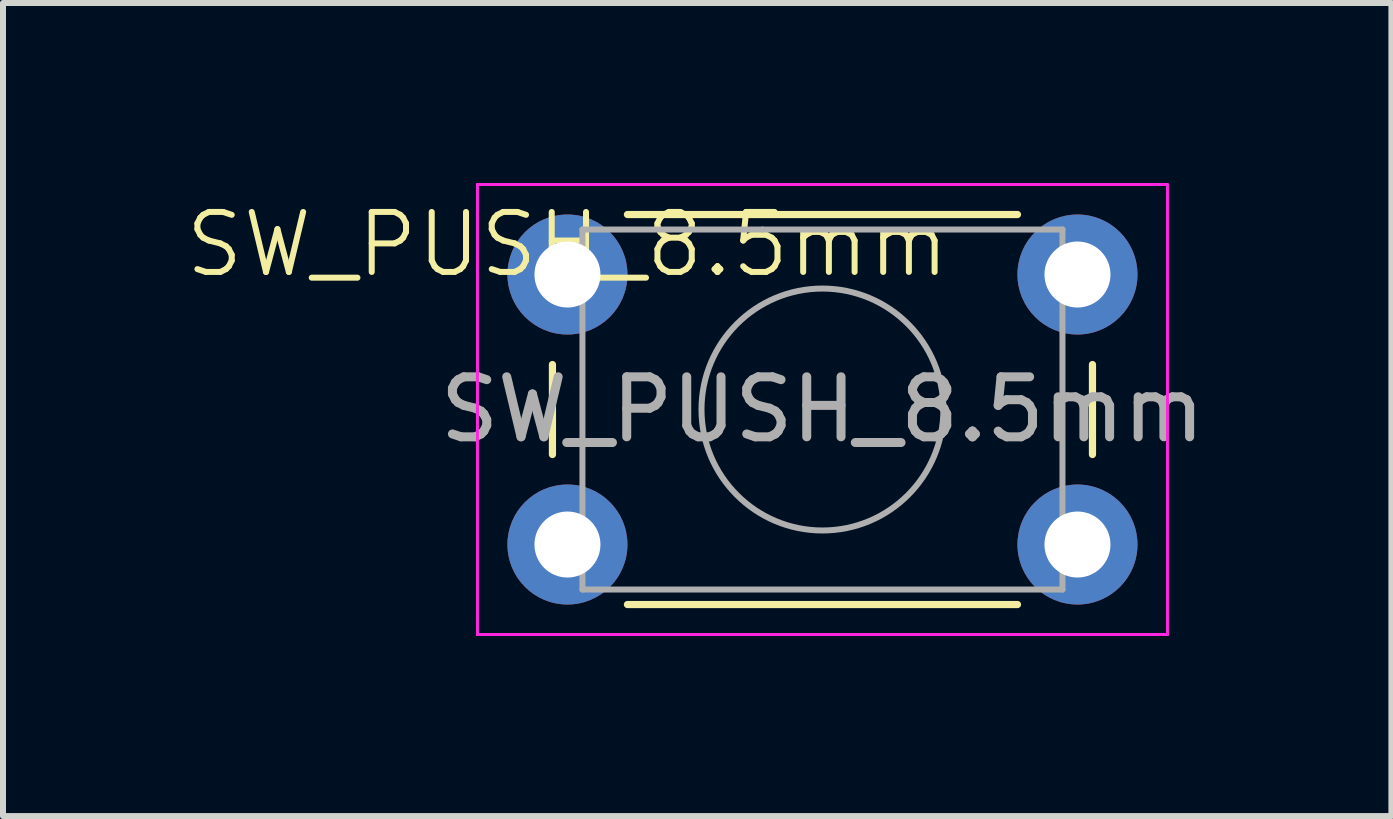
<source format=kicad_pcb>
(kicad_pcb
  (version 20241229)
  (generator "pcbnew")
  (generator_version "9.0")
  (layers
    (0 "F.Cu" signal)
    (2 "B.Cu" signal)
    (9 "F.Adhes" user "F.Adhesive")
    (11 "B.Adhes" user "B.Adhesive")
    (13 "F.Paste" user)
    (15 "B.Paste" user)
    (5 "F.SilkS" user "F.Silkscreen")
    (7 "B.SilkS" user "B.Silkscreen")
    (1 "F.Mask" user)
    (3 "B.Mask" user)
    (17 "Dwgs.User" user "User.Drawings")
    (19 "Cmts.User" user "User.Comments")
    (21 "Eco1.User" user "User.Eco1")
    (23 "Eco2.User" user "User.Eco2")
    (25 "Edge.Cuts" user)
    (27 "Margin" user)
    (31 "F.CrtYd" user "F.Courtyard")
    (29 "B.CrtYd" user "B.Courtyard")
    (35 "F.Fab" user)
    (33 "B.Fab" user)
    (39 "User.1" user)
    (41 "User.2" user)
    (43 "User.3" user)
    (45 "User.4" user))
  (footprint "SW_PUSH_8.5mm"
    (layer "F.Cu")
    (at 6.407 1.525)
    (property "Reference" "SW_PUSH_8.5mm" (at 0 -0.5 0) (unlocked yes) (layer "F.SilkS") (effects (font (size 1 1) (thickness 0.1))))
    (attr smd)
    (fp_line (start -0.25 1.5) (end -0.25 3) (stroke (width 0.12) (type solid)) (layer "F.SilkS"))
    (fp_line (start 1 5.5) (end 7.5 5.5) (stroke (width 0.12) (type solid)) (layer "F.SilkS"))
    (fp_line (start 7.5 -1) (end 1 -1) (stroke (width 0.12) (type solid)) (layer "F.SilkS"))
    (fp_line (start 8.75 3) (end 8.75 1.5) (stroke (width 0.12) (type solid)) (layer "F.SilkS"))
    (fp_line (start -1.5 -1.5) (end -1.25 -1.5) (stroke (width 0.05) (type solid)) (layer "F.CrtYd"))
    (fp_line (start -1.5 -1.25) (end -1.5 -1.5) (stroke (width 0.05) (type solid)) (layer "F.CrtYd"))
    (fp_line (start -1.5 5.75) (end -1.5 -1.25) (stroke (width 0.05) (type solid)) (layer "F.CrtYd"))
    (fp_line (start -1.5 5.75) (end -1.5 6) (stroke (width 0.05) (type solid)) (layer "F.CrtYd"))
    (fp_line (start -1.5 6) (end -1.25 6) (stroke (width 0.05) (type solid)) (layer "F.CrtYd"))
    (fp_line (start -1.25 -1.5) (end 9.75 -1.5) (stroke (width 0.05) (type solid)) (layer "F.CrtYd"))
    (fp_line (start 9.75 -1.5) (end 10 -1.5) (stroke (width 0.05) (type solid)) (layer "F.CrtYd"))
    (fp_line (start 9.75 6) (end -1.25 6) (stroke (width 0.05) (type solid)) (layer "F.CrtYd"))
    (fp_line (start 9.75 6) (end 10 6) (stroke (width 0.05) (type solid)) (layer "F.CrtYd"))
    (fp_line (start 10 -1.5) (end 10 -1.25) (stroke (width 0.05) (type solid)) (layer "F.CrtYd"))
    (fp_line (start 10 -1.25) (end 10 5.75) (stroke (width 0.05) (type solid)) (layer "F.CrtYd"))
    (fp_line (start 10 6) (end 10 5.75) (stroke (width 0.05) (type solid)) (layer "F.CrtYd"))
    (fp_line (start 0.25 -0.75) (end 3.25 -0.75) (stroke (width 0.1) (type solid)) (layer "F.Fab"))
    (fp_line (start 0.25 5.25) (end 0.25 -0.75) (stroke (width 0.1) (type solid)) (layer "F.Fab"))
    (fp_line (start 3.25 -0.75) (end 8.25 -0.75) (stroke (width 0.1) (type solid)) (layer "F.Fab"))
    (fp_line (start 8.25 -0.75) (end 8.25 5.25) (stroke (width 0.1) (type solid)) (layer "F.Fab"))
    (fp_line (start 8.25 5.25) (end 0.25 5.25) (stroke (width 0.1) (type solid)) (layer "F.Fab"))
    (fp_circle (center 4.25 2.25) (end 6.266 2.25) (stroke (width 0.1) (type solid)) (fill no) (layer "F.Fab"))
    (fp_text user "${REFERENCE}" (at 4.25 2.25 0) (layer "F.Fab") (effects (font (size 1 1) (thickness 0.15))))
    (pad "1" thru_hole circle (at 0 0 90) (size 2 2) (drill 1.1) (layers "*.Cu" "*.Mask"))
    (pad "1" thru_hole circle (at 8.5 0 90) (size 2 2) (drill 1.1) (layers "*.Cu" "*.Mask"))
    (pad "2" thru_hole circle (at 0 4.5 90) (size 2 2) (drill 1.1) (layers "*.Cu" "*.Mask"))
    (pad "2" thru_hole circle (at 8.5 4.5 90) (size 2 2) (drill 1.1) (layers "*.Cu" "*.Mask")))
  (gr_rect
    (start -3 -3)
    (end 20.139 10.55)
    (stroke (width 0.1) (type default))
    (fill no)
    (layer "Edge.Cuts")))
</source>
